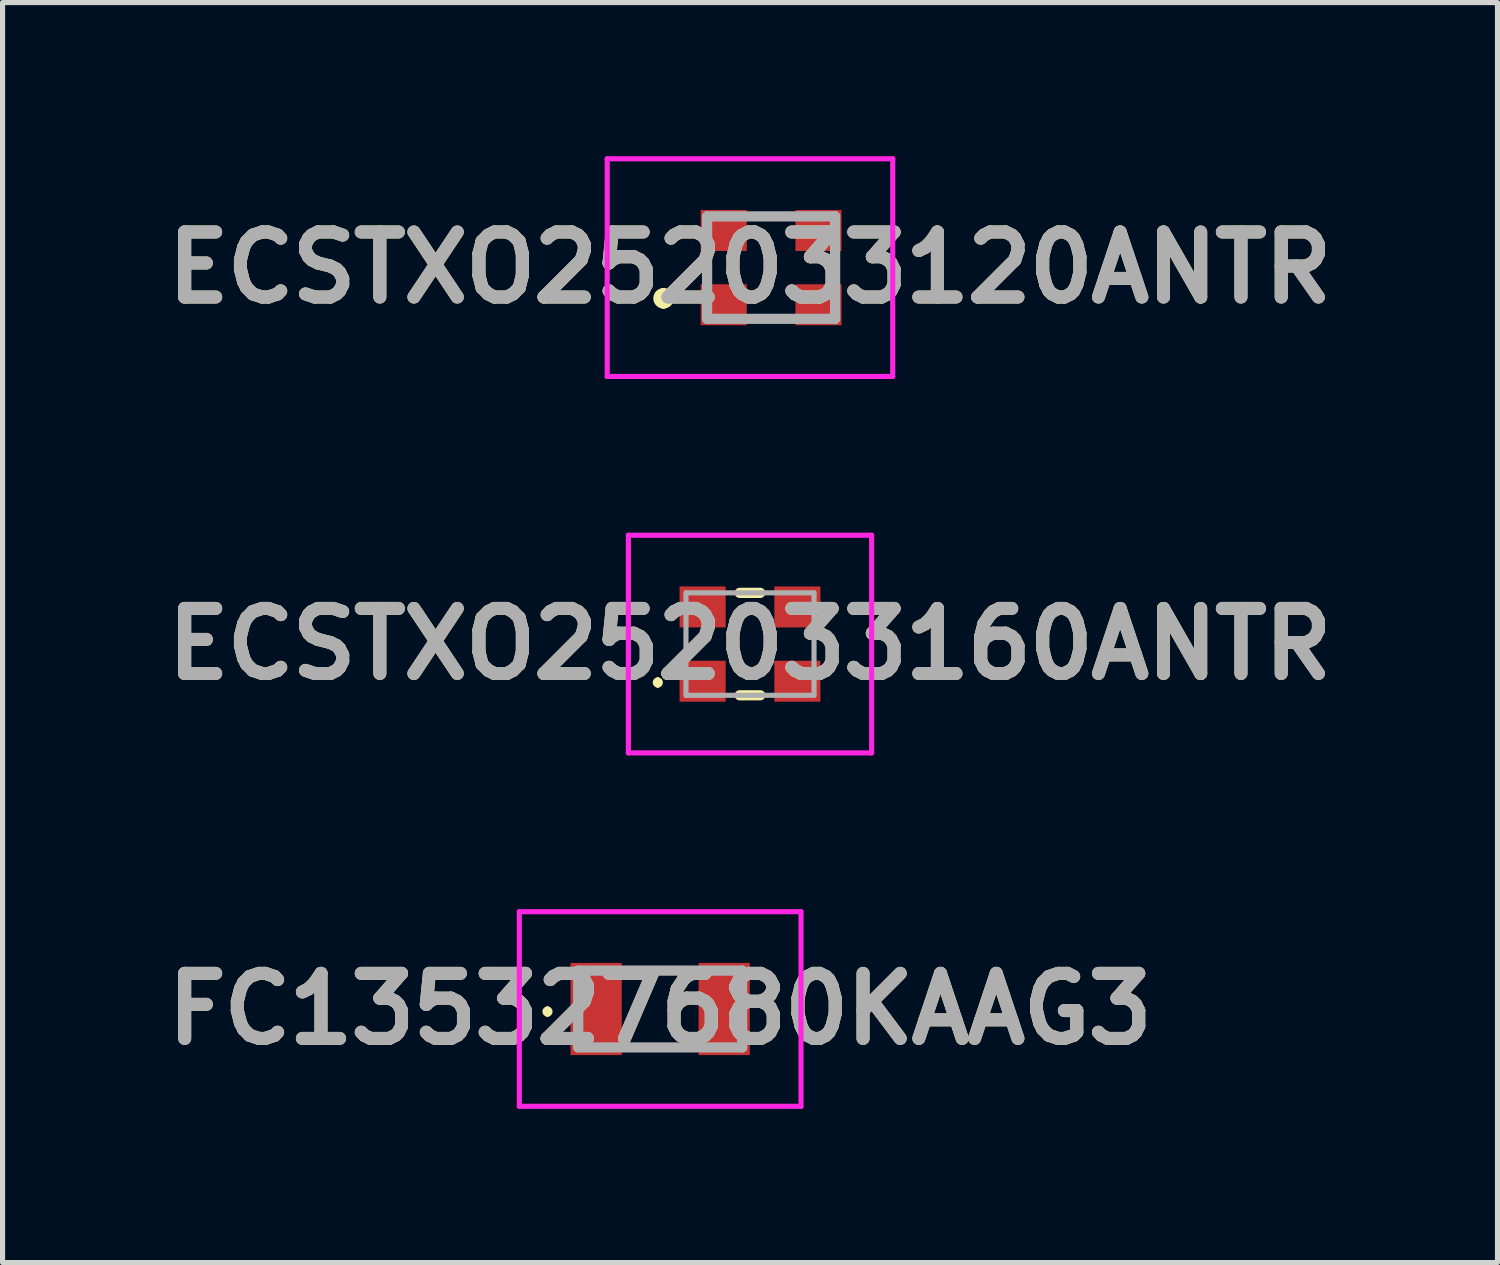
<source format=kicad_pcb>
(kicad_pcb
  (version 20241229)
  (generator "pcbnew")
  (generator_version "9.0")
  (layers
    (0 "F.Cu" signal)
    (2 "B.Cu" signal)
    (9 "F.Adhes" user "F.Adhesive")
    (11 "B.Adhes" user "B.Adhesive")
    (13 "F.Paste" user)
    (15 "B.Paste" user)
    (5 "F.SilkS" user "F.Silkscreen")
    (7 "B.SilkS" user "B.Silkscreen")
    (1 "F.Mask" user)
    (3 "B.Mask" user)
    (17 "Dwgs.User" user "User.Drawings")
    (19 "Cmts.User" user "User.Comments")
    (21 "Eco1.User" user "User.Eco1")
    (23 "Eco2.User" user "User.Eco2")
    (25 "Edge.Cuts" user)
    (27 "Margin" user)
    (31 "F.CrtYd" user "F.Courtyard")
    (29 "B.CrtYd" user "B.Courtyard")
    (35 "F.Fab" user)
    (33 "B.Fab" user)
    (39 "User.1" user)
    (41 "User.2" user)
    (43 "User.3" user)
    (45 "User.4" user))
  (footprint "ECSTXO252033120ANTR"
    (layer "F.Cu")
    (at 11.53 2.175)
    (property "Reference" "ECSTXO252033120ANTR" (at 0.063 0 0) (layer "F.SilkS") (effects (font (size 1.27 1.27) (thickness 0.254))))
    (attr smd)
    (fp_line (start -1.625 0.5) (end -1.625 0.5) (stroke (width 0.2) (type solid)) (layer "F.SilkS"))
    (fp_line (start -1.625 0.7) (end -1.625 0.7) (stroke (width 0.2) (type solid)) (layer "F.SilkS"))
    (fp_line (start 0.175 -1) (end 0.775 -1) (stroke (width 0.1) (type solid)) (layer "F.SilkS"))
    (fp_line (start 0.175 1) (end 0.775 1) (stroke (width 0.1) (type solid)) (layer "F.SilkS"))
    (fp_arc (start -1.625 0.5) (mid -1.525 0.6) (end -1.625 0.7) (stroke (width 0.2) (type solid)) (layer "F.SilkS"))
    (fp_arc (start -1.625 0.7) (mid -1.725 0.6) (end -1.625 0.5) (stroke (width 0.2) (type solid)) (layer "F.SilkS"))
    (fp_line (start -2.725 -2.125) (end 2.85 -2.125) (stroke (width 0.1) (type solid)) (layer "F.CrtYd"))
    (fp_line (start -2.725 2.125) (end -2.725 -2.125) (stroke (width 0.1) (type solid)) (layer "F.CrtYd"))
    (fp_line (start 2.85 -2.125) (end 2.85 2.125) (stroke (width 0.1) (type solid)) (layer "F.CrtYd"))
    (fp_line (start 2.85 2.125) (end -2.725 2.125) (stroke (width 0.1) (type solid)) (layer "F.CrtYd"))
    (fp_line (start -0.775 -1) (end 1.725 -1) (stroke (width 0.2) (type solid)) (layer "F.Fab"))
    (fp_line (start -0.775 1) (end -0.775 -1) (stroke (width 0.2) (type solid)) (layer "F.Fab"))
    (fp_line (start 1.725 -1) (end 1.725 1) (stroke (width 0.2) (type solid)) (layer "F.Fab"))
    (fp_line (start 1.725 1) (end -0.775 1) (stroke (width 0.2) (type solid)) (layer "F.Fab"))
    (fp_text user "${REFERENCE}" (at 0.063 0 0) (layer "F.Fab") (effects (font (size 1.27 1.27) (thickness 0.254))))
    (pad "1" smd rect (at -0.45 0.725 90) (size 0.8 0.9) (layers "F.Cu" "F.Mask" "F.Paste"))
    (pad "2" smd rect (at 1.4 0.725 90) (size 0.8 0.9) (layers "F.Cu" "F.Mask" "F.Paste"))
    (pad "3" smd rect (at 1.4 -0.725 90) (size 0.8 0.9) (layers "F.Cu" "F.Mask" "F.Paste"))
    (pad "4" smd rect (at -0.45 -0.725 90) (size 0.8 0.9) (layers "F.Cu" "F.Mask" "F.Paste")))
  (footprint "ECSTXO252033160ANTR"
    (layer "F.Cu")
    (at 11.593 9.525)
    (property "Reference" "ECSTXO252033160ANTR" (at 0 0 0) (layer "F.SilkS") (effects (font (size 1.27 1.27) (thickness 0.254))))
    (attr smd)
    (fp_line (start -1.8 0.7) (end -1.8 0.7) (stroke (width 0.1) (type solid)) (layer "F.SilkS"))
    (fp_line (start -1.8 0.8) (end -1.8 0.8) (stroke (width 0.1) (type solid)) (layer "F.SilkS"))
    (fp_line (start -0.2 -1) (end 0.2 -1) (stroke (width 0.2) (type solid)) (layer "F.SilkS"))
    (fp_line (start -0.2 1) (end 0.2 1) (stroke (width 0.2) (type solid)) (layer "F.SilkS"))
    (fp_arc (start -1.8 0.7) (mid -1.75 0.75) (end -1.8 0.8) (stroke (width 0.1) (type solid)) (layer "F.SilkS"))
    (fp_arc (start -1.8 0.8) (mid -1.85 0.75) (end -1.8 0.7) (stroke (width 0.1) (type solid)) (layer "F.SilkS"))
    (fp_line (start -2.375 -2.125) (end 2.375 -2.125) (stroke (width 0.1) (type solid)) (layer "F.CrtYd"))
    (fp_line (start -2.375 2.125) (end -2.375 -2.125) (stroke (width 0.1) (type solid)) (layer "F.CrtYd"))
    (fp_line (start 2.375 -2.125) (end 2.375 2.125) (stroke (width 0.1) (type solid)) (layer "F.CrtYd"))
    (fp_line (start 2.375 2.125) (end -2.375 2.125) (stroke (width 0.1) (type solid)) (layer "F.CrtYd"))
    (fp_line (start -1.25 -1) (end 1.25 -1) (stroke (width 0.1) (type solid)) (layer "F.Fab"))
    (fp_line (start -1.25 1) (end -1.25 -1) (stroke (width 0.1) (type solid)) (layer "F.Fab"))
    (fp_line (start 1.25 -1) (end 1.25 1) (stroke (width 0.1) (type solid)) (layer "F.Fab"))
    (fp_line (start 1.25 1) (end -1.25 1) (stroke (width 0.1) (type solid)) (layer "F.Fab"))
    (fp_text user "${REFERENCE}" (at 0 0 0) (layer "F.Fab") (effects (font (size 1.27 1.27) (thickness 0.254))))
    (pad "1" smd rect (at -0.925 0.725 90) (size 0.8 0.9) (layers "F.Cu" "F.Mask" "F.Paste"))
    (pad "2" smd rect (at 0.925 0.725 90) (size 0.8 0.9) (layers "F.Cu" "F.Mask" "F.Paste"))
    (pad "3" smd rect (at 0.925 -0.725 90) (size 0.8 0.9) (layers "F.Cu" "F.Mask" "F.Paste"))
    (pad "4" smd rect (at -0.925 -0.725 90) (size 0.8 0.9) (layers "F.Cu" "F.Mask" "F.Paste")))
  (footprint "FC135327680KAAG3"
    (layer "F.Cu")
    (at 9.839 16.65)
    (property "Reference" "FC135327680KAAG3" (at 0 0 0) (layer "F.SilkS") (effects (font (size 1.27 1.27) (thickness 0.254))))
    (attr smd)
    (fp_line (start -2.2 0) (end -2.2 0) (stroke (width 0.1) (type solid)) (layer "F.SilkS"))
    (fp_line (start -2.2 0.1) (end -2.2 0.1) (stroke (width 0.1) (type solid)) (layer "F.SilkS"))
    (fp_line (start -0.4 -0.75) (end 0.4 -0.75) (stroke (width 0.1) (type solid)) (layer "F.SilkS"))
    (fp_line (start -0.4 0.75) (end 0.4 0.75) (stroke (width 0.1) (type solid)) (layer "F.SilkS"))
    (fp_arc (start -2.2 0) (mid -2.15 0.05) (end -2.2 0.1) (stroke (width 0.1) (type solid)) (layer "F.SilkS"))
    (fp_arc (start -2.2 0.1) (mid -2.25 0.05) (end -2.2 0) (stroke (width 0.1) (type solid)) (layer "F.SilkS"))
    (fp_line (start -2.75 -1.9) (end 2.75 -1.9) (stroke (width 0.1) (type solid)) (layer "F.CrtYd"))
    (fp_line (start -2.75 1.9) (end -2.75 -1.9) (stroke (width 0.1) (type solid)) (layer "F.CrtYd"))
    (fp_line (start 2.75 -1.9) (end 2.75 1.9) (stroke (width 0.1) (type solid)) (layer "F.CrtYd"))
    (fp_line (start 2.75 1.9) (end -2.75 1.9) (stroke (width 0.1) (type solid)) (layer "F.CrtYd"))
    (fp_line (start -1.6 -0.75) (end 1.6 -0.75) (stroke (width 0.2) (type solid)) (layer "F.Fab"))
    (fp_line (start -1.6 0.75) (end -1.6 -0.75) (stroke (width 0.2) (type solid)) (layer "F.Fab"))
    (fp_line (start 1.6 -0.75) (end 1.6 0.75) (stroke (width 0.2) (type solid)) (layer "F.Fab"))
    (fp_line (start 1.6 0.75) (end -1.6 0.75) (stroke (width 0.2) (type solid)) (layer "F.Fab"))
    (fp_text user "${REFERENCE}" (at 0 0 0) (layer "F.Fab") (effects (font (size 1.27 1.27) (thickness 0.254))))
    (pad "1" smd rect (at -1.25 0) (size 1 1.8) (layers "F.Cu" "F.Mask" "F.Paste"))
    (pad "2" smd rect (at 1.25 0) (size 1 1.8) (layers "F.Cu" "F.Mask" "F.Paste")))
  (gr_rect
    (start -3 -3)
    (end 26.187 21.6)
    (stroke (width 0.1) (type default))
    (fill no)
    (layer "Edge.Cuts")))
</source>
